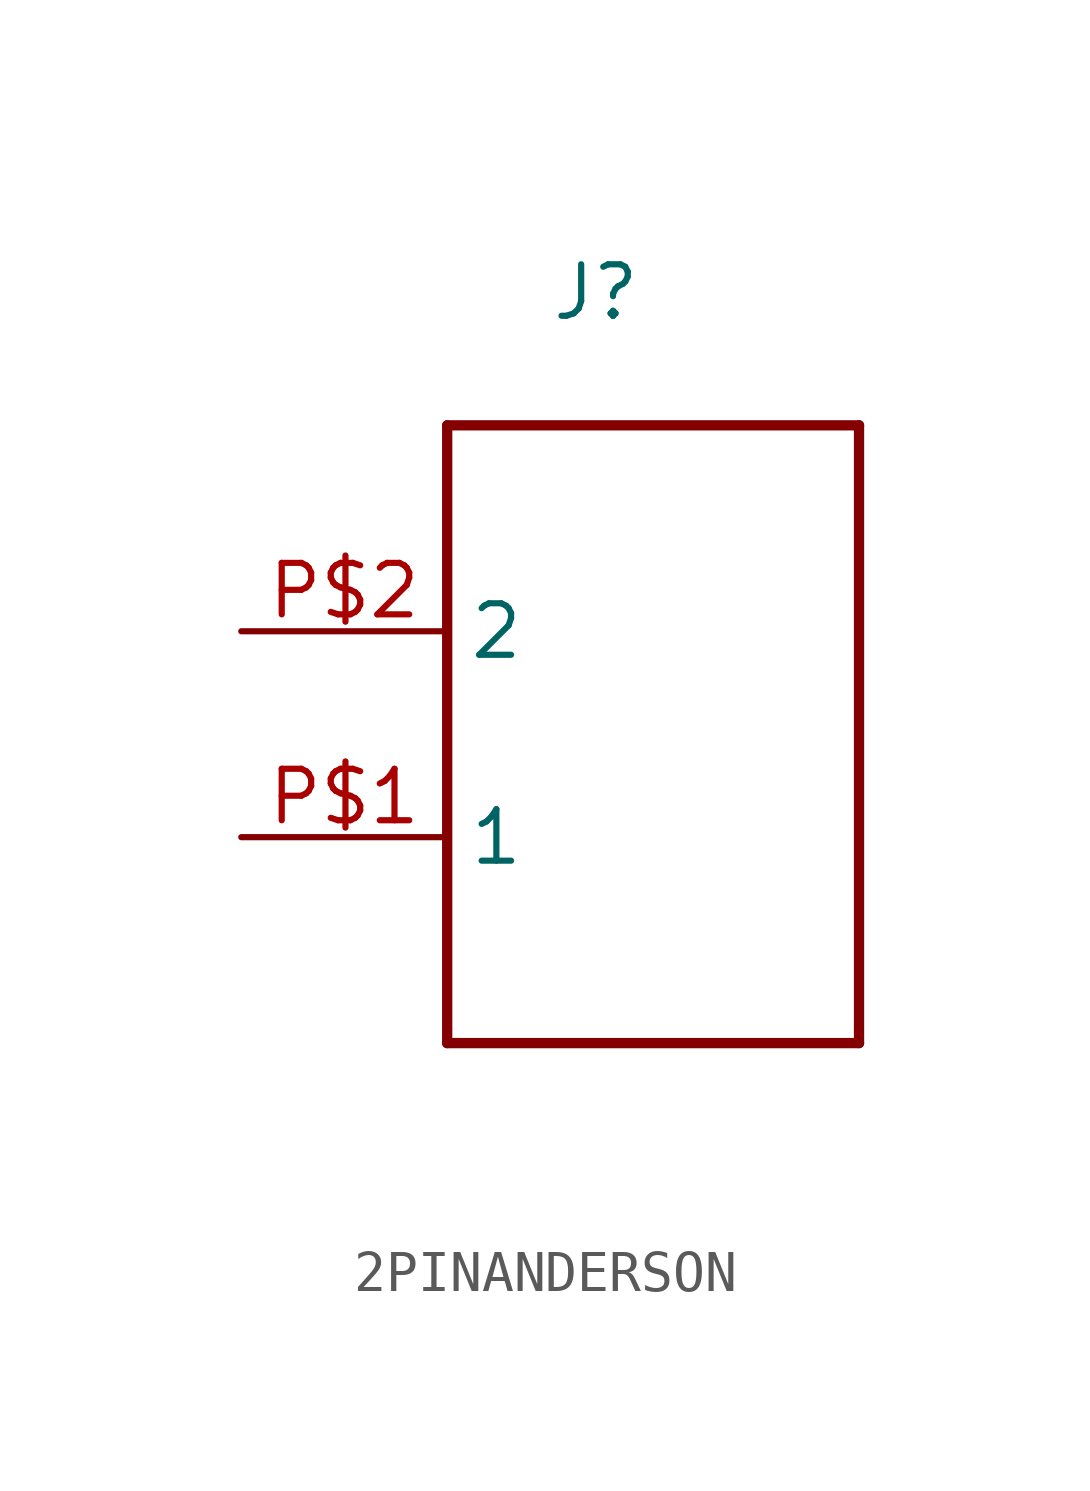
<source format=kicad_sym>
(kicad_symbol_lib
  (version 20231120)
  (generator "kicad_symbol_editor")
  (generator_version "8.0")
  (symbol "2PINANDERSON"
    (property "Reference" "J"
      (at 2.54 17.78 0)
      (effects (font (size 1.27 1.27)) (justify left bottom)))
    (property "Value" ""
      (at 2.54 -2.54 0)
      (effects (font (size 1.27 1.27)) (justify left bottom)))
    (property "ki_locked" ""
      (at 0 0 0)
      (effects (font (size 1.27 1.27))))
    (symbol "2PINANDERSON_1_0"
      (polyline (pts (xy 0 0) (xy 0 15.24)) (stroke (width 0.254) (type solid)) (fill (type none)))
      (polyline (pts (xy 0 15.24) (xy 10.16 15.24)) (stroke (width 0.254) (type solid)) (fill (type none)))
      (polyline (pts (xy 10.16 0) (xy 0 0)) (stroke (width 0.254) (type solid)) (fill (type none)))
      (polyline (pts (xy 10.16 15.24) (xy 10.16 0)) (stroke (width 0.254) (type solid)) (fill (type none)))
      (pin bidirectional line (at -5.08 5.08 0) (length 5.08) (name "1" (effects (font (size 1.27 1.27)))) (number "P$1" (effects (font (size 1.27 1.27)))))
      (pin bidirectional line (at -5.08 10.16 0) (length 5.08) (name "2" (effects (font (size 1.27 1.27)))) (number "P$2" (effects (font (size 1.27 1.27))))))))
</source>
